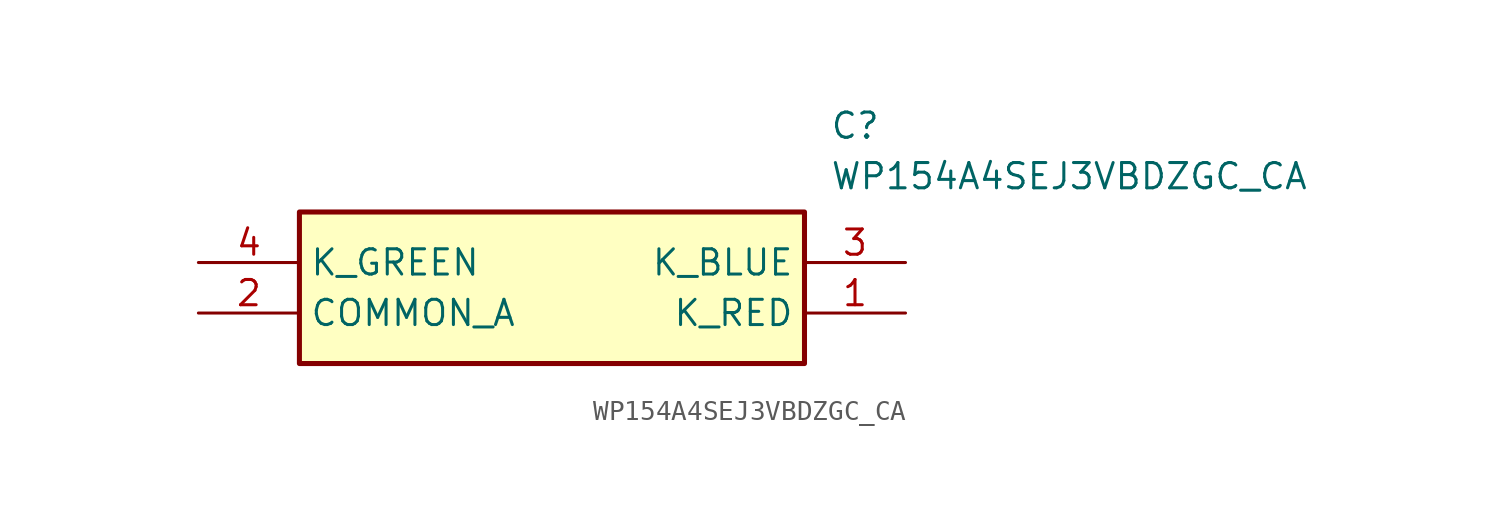
<source format=kicad_sym>
(kicad_symbol_lib
  (version 20241209)
  (generator "kicad_symbol_editor")
  (generator_version "9.0")
  (symbol "WP154A4SEJ3VBDZGC_CA"
    (property "Reference" "C"
      (at 31.75 7.62 0)
      (effects (font (size 1.27 1.27)) (justify left top)))
    (property "Value" "WP154A4SEJ3VBDZGC_CA"
      (at 31.75 5.08 0)
      (effects (font (size 1.27 1.27)) (justify left top)))
    (symbol "WP154A4SEJ3VBDZGC_CA_1_1"
      (rectangle (start 5.08 2.54) (end 30.48 -5.08) (stroke (width 0.254) (type default)) (fill (type background)))
      (pin passive line (at 0 0 0) (length 5.08) (name "K_GREEN" (effects (font (size 1.27 1.27)))) (number "4" (effects (font (size 1.27 1.27)))))
      (pin passive line (at 0 -2.54 0) (length 5.08) (name "COMMON_A" (effects (font (size 1.27 1.27)))) (number "2" (effects (font (size 1.27 1.27)))))
      (pin passive line (at 35.56 0 180) (length 5.08) (name "K_BLUE" (effects (font (size 1.27 1.27)))) (number "3" (effects (font (size 1.27 1.27)))))
      (pin passive line (at 35.56 -2.54 180) (length 5.08) (name "K_RED" (effects (font (size 1.27 1.27)))) (number "1" (effects (font (size 1.27 1.27))))))))
</source>
